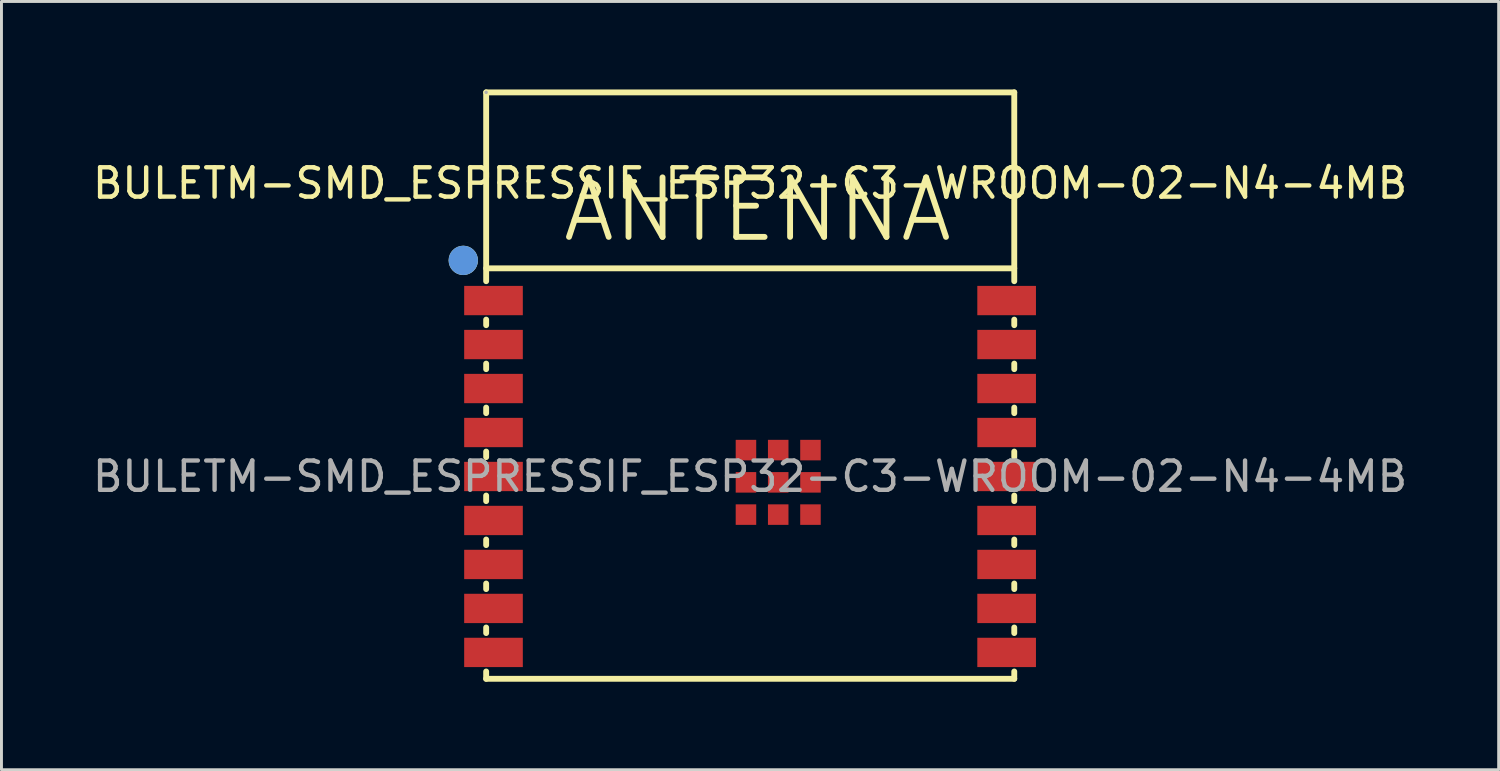
<source format=kicad_pcb>
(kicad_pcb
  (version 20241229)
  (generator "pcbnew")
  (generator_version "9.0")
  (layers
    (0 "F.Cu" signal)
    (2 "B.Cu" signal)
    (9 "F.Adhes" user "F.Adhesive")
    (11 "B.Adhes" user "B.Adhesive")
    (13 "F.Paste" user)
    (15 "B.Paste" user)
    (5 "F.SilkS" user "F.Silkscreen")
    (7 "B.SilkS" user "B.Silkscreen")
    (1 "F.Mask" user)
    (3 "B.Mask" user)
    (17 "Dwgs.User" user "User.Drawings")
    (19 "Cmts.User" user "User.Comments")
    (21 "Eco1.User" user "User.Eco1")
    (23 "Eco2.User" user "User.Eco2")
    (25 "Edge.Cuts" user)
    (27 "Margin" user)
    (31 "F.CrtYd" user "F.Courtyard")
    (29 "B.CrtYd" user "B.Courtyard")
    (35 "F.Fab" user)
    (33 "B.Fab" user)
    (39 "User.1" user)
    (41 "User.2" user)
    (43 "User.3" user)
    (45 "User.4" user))
  (footprint "BULETM-SMD_ESPRESSIF_ESP32-C3-WROOM-02-N4-4MB"
    (layer "F.Cu")
    (at 22.53 13.2)
    (property "Reference" "BULETM-SMD_ESPRESSIF_ESP32-C3-WROOM-02-N4-4MB" (at 0 -10 0) (layer "F.SilkS") (effects (font (size 1 1) (thickness 0.15))))
    (attr smd)
    (fp_line (start -9 -13.1) (end -9 -6.66) (stroke (width 0.2) (type solid)) (layer "F.SilkS"))
    (fp_line (start -9 -7.1) (end 9.01 -7.1) (stroke (width 0.2) (type solid)) (layer "F.SilkS"))
    (fp_line (start -9 -5.35) (end -9 -5.16) (stroke (width 0.2) (type solid)) (layer "F.SilkS"))
    (fp_line (start -9 -3.85) (end -9 -3.66) (stroke (width 0.2) (type solid)) (layer "F.SilkS"))
    (fp_line (start -9 -2.35) (end -9 -2.16) (stroke (width 0.2) (type solid)) (layer "F.SilkS"))
    (fp_line (start -9 -0.85) (end -9 -0.66) (stroke (width 0.2) (type solid)) (layer "F.SilkS"))
    (fp_line (start -9 0.65) (end -9 0.84) (stroke (width 0.2) (type solid)) (layer "F.SilkS"))
    (fp_line (start -9 2.15) (end -9 2.34) (stroke (width 0.2) (type solid)) (layer "F.SilkS"))
    (fp_line (start -9 3.65) (end -9 3.84) (stroke (width 0.2) (type solid)) (layer "F.SilkS"))
    (fp_line (start -9 5.15) (end -9 5.34) (stroke (width 0.2) (type solid)) (layer "F.SilkS"))
    (fp_line (start -9 6.65) (end -9 6.9) (stroke (width 0.2) (type solid)) (layer "F.SilkS"))
    (fp_line (start -9 6.9) (end 9.01 6.9) (stroke (width 0.2) (type solid)) (layer "F.SilkS"))
    (fp_line (start 9.01 -13.1) (end -9 -13.1) (stroke (width 0.2) (type solid)) (layer "F.SilkS"))
    (fp_line (start 9.01 -6.66) (end 9.01 -13.1) (stroke (width 0.2) (type solid)) (layer "F.SilkS"))
    (fp_line (start 9.01 -5.16) (end 9.01 -5.35) (stroke (width 0.2) (type solid)) (layer "F.SilkS"))
    (fp_line (start 9.01 -3.66) (end 9.01 -3.85) (stroke (width 0.2) (type solid)) (layer "F.SilkS"))
    (fp_line (start 9.01 -2.16) (end 9.01 -2.35) (stroke (width 0.2) (type solid)) (layer "F.SilkS"))
    (fp_line (start 9.01 -0.66) (end 9.01 -0.85) (stroke (width 0.2) (type solid)) (layer "F.SilkS"))
    (fp_line (start 9.01 0.84) (end 9.01 0.65) (stroke (width 0.2) (type solid)) (layer "F.SilkS"))
    (fp_line (start 9.01 2.34) (end 9.01 2.15) (stroke (width 0.2) (type solid)) (layer "F.SilkS"))
    (fp_line (start 9.01 3.84) (end 9.01 3.65) (stroke (width 0.2) (type solid)) (layer "F.SilkS"))
    (fp_line (start 9.01 5.34) (end 9.01 5.15) (stroke (width 0.2) (type solid)) (layer "F.SilkS"))
    (fp_line (start 9.01 6.9) (end 9.01 6.65) (stroke (width 0.2) (type solid)) (layer "F.SilkS"))
    (fp_circle (center -9.78 -7.37) (end -9.53 -7.37) (stroke (width 0.5) (type solid)) (fill no) (layer "F.SilkS"))
    (fp_circle (center -9.78 -7.37) (end -9.53 -7.37) (stroke (width 0.5) (type solid)) (fill no) (layer "Cmts.User"))
    (fp_circle (center -9 -13.1) (end -8.97 -13.1) (stroke (width 0.06) (type solid)) (fill no) (layer "F.Fab"))
    (fp_text user "ANTENNA" (at -6.5 -9.1 0) (layer "F.SilkS") (effects (font (size 2.03 2.03) (thickness 0.2)) (justify left)))
    (fp_text user "${REFERENCE}" (at 0 0 0) (layer "F.Fab") (effects (font (size 1 1) (thickness 0.15))))
    (pad "1" smd rect (at -8.75 -6) (size 2 1) (layers "F.Cu" "F.Mask" "F.Paste"))
    (pad "2" smd rect (at -8.75 -4.5) (size 2 1) (layers "F.Cu" "F.Mask" "F.Paste"))
    (pad "3" smd rect (at -8.75 -3) (size 2 1) (layers "F.Cu" "F.Mask" "F.Paste"))
    (pad "4" smd rect (at -8.75 -1.5) (size 2 1) (layers "F.Cu" "F.Mask" "F.Paste"))
    (pad "5" smd rect (at -8.75 0) (size 2 1) (layers "F.Cu" "F.Mask" "F.Paste"))
    (pad "6" smd rect (at -8.75 1.5) (size 2 1) (layers "F.Cu" "F.Mask" "F.Paste"))
    (pad "7" smd rect (at -8.75 3) (size 2 1) (layers "F.Cu" "F.Mask" "F.Paste"))
    (pad "8" smd rect (at -8.75 4.5) (size 2 1) (layers "F.Cu" "F.Mask" "F.Paste"))
    (pad "9" smd rect (at -8.75 6) (size 2 1) (layers "F.Cu" "F.Mask" "F.Paste"))
    (pad "10" smd rect (at 8.75 6) (size 2 1) (layers "F.Cu" "F.Mask" "F.Paste"))
    (pad "11" smd rect (at 8.75 4.5) (size 2 1) (layers "F.Cu" "F.Mask" "F.Paste"))
    (pad "12" smd rect (at 8.75 3) (size 2 1) (layers "F.Cu" "F.Mask" "F.Paste"))
    (pad "13" smd rect (at 8.75 1.5) (size 2 1) (layers "F.Cu" "F.Mask" "F.Paste"))
    (pad "14" smd rect (at 8.75 0) (size 2 1) (layers "F.Cu" "F.Mask" "F.Paste"))
    (pad "15" smd rect (at 8.75 -1.5) (size 2 1) (layers "F.Cu" "F.Mask" "F.Paste"))
    (pad "16" smd rect (at 8.75 -3) (size 2 1) (layers "F.Cu" "F.Mask" "F.Paste"))
    (pad "17" smd rect (at 8.75 -4.5) (size 2 1) (layers "F.Cu" "F.Mask" "F.Paste"))
    (pad "18" smd rect (at 8.75 -6) (size 2 1) (layers "F.Cu" "F.Mask" "F.Paste"))
    (pad "19" smd rect (at -0.14 -0.9) (size 0.7 0.7) (layers "F.Cu" "F.Mask" "F.Paste"))
    (pad "19" smd rect (at -0.14 0.2) (size 0.7 0.7) (layers "F.Cu" "F.Mask" "F.Paste"))
    (pad "19" smd rect (at -0.14 1.3) (size 0.7 0.7) (layers "F.Cu" "F.Mask" "F.Paste"))
    (pad "19" smd rect (at 0.96 -0.9) (size 0.7 0.7) (layers "F.Cu" "F.Mask" "F.Paste"))
    (pad "19" smd rect (at 0.96 0.2) (size 0.7 0.7) (layers "F.Cu" "F.Mask" "F.Paste"))
    (pad "19" smd rect (at 0.96 1.3) (size 0.7 0.7) (layers "F.Cu" "F.Mask" "F.Paste"))
    (pad "19" smd rect (at 2.06 -0.9) (size 0.7 0.7) (layers "F.Cu" "F.Mask" "F.Paste"))
    (pad "19" smd rect (at 2.06 0.2) (size 0.7 0.7) (layers "F.Cu" "F.Mask" "F.Paste"))
    (pad "19" smd rect (at 2.06 1.3) (size 0.7 0.7) (layers "F.Cu" "F.Mask" "F.Paste")))
  (gr_rect
    (start -3 -3)
    (end 48.06 23.2)
    (stroke (width 0.1) (type default))
    (fill no)
    (layer "Edge.Cuts")))
</source>
